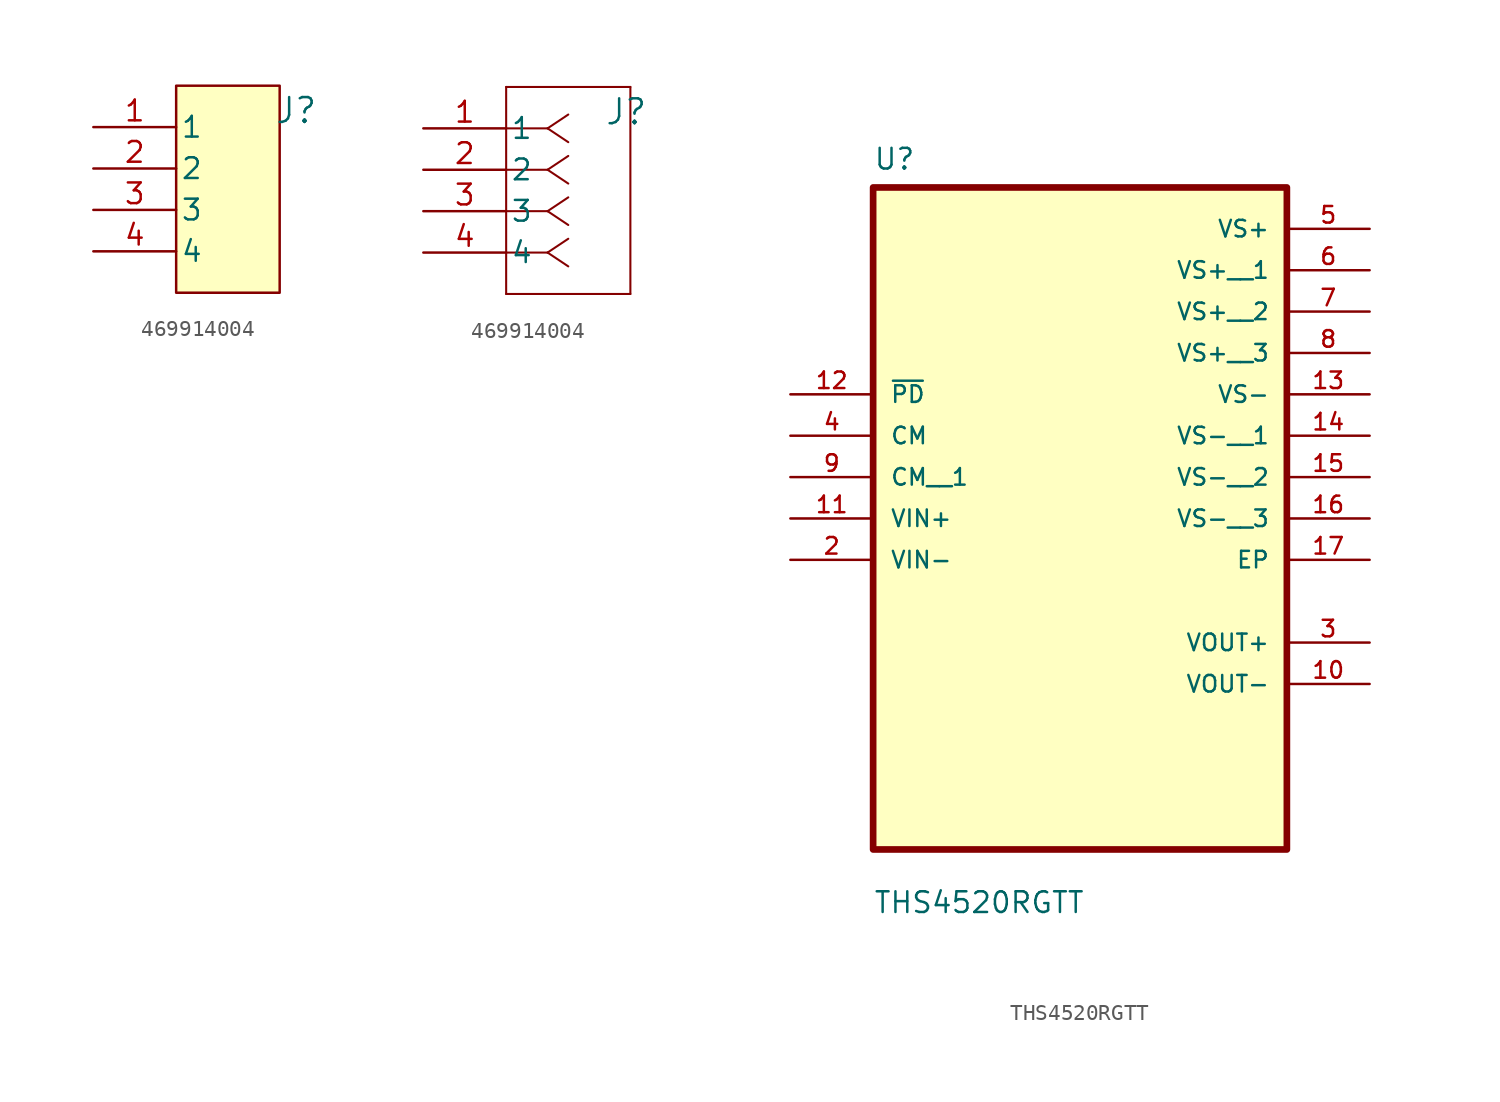
<source format=kicad_sym>
(kicad_symbol_lib
  (version 20241209)
  (generator "kicad_symbol_editor")
  (generator_version "9.0")
  (symbol "469914004"
    (pin_names
      (offset 0.254))
    (property "Reference" "J"
      (at 12.446 1.016 0)
      (effects (font (size 1.524 1.524))))
    (property "ki_locked" ""
      (at 0 0 0)
      (effects (font (size 1.27 1.27))))
    (symbol "469914004_1_1"
      (rectangle (start 5.08 2.54) (end 11.43 -10.16) (stroke (width 0) (type solid)) (fill (type background)))
      (pin unspecified line (at 0 0 0) (length 5.08) (name "1" (effects (font (size 1.27 1.27)))) (number "1" (effects (font (size 1.27 1.27)))))
      (pin unspecified line (at 0 -2.54 0) (length 5.08) (name "2" (effects (font (size 1.27 1.27)))) (number "2" (effects (font (size 1.27 1.27)))))
      (pin unspecified line (at 0 -5.08 0) (length 5.08) (name "3" (effects (font (size 1.27 1.27)))) (number "3" (effects (font (size 1.27 1.27)))))
      (pin unspecified line (at 0 -7.62 0) (length 5.08) (name "4" (effects (font (size 1.27 1.27)))) (number "4" (effects (font (size 1.27 1.27))))))
    (symbol "469914004_1_2"
      (polyline (pts (xy 5.08 2.54) (xy 5.08 -10.16)) (stroke (width 0.127) (type default)) (fill (type none)))
      (polyline (pts (xy 5.08 -10.16) (xy 12.7 -10.16)) (stroke (width 0.127) (type default)) (fill (type none)))
      (polyline (pts (xy 7.62 0) (xy 5.08 0)) (stroke (width 0.127) (type default)) (fill (type none)))
      (polyline (pts (xy 7.62 0) (xy 8.89 0.847)) (stroke (width 0.127) (type default)) (fill (type none)))
      (polyline (pts (xy 7.62 0) (xy 8.89 -0.847)) (stroke (width 0.127) (type default)) (fill (type none)))
      (polyline (pts (xy 7.62 -2.54) (xy 5.08 -2.54)) (stroke (width 0.127) (type default)) (fill (type none)))
      (polyline (pts (xy 7.62 -2.54) (xy 8.89 -1.693)) (stroke (width 0.127) (type default)) (fill (type none)))
      (polyline (pts (xy 7.62 -2.54) (xy 8.89 -3.387)) (stroke (width 0.127) (type default)) (fill (type none)))
      (polyline (pts (xy 7.62 -5.08) (xy 5.08 -5.08)) (stroke (width 0.127) (type default)) (fill (type none)))
      (polyline (pts (xy 7.62 -5.08) (xy 8.89 -4.233)) (stroke (width 0.127) (type default)) (fill (type none)))
      (polyline (pts (xy 7.62 -5.08) (xy 8.89 -5.927)) (stroke (width 0.127) (type default)) (fill (type none)))
      (polyline (pts (xy 7.62 -7.62) (xy 5.08 -7.62)) (stroke (width 0.127) (type default)) (fill (type none)))
      (polyline (pts (xy 7.62 -7.62) (xy 8.89 -6.773)) (stroke (width 0.127) (type default)) (fill (type none)))
      (polyline (pts (xy 7.62 -7.62) (xy 8.89 -8.467)) (stroke (width 0.127) (type default)) (fill (type none)))
      (polyline (pts (xy 12.7 2.54) (xy 5.08 2.54)) (stroke (width 0.127) (type default)) (fill (type none)))
      (polyline (pts (xy 12.7 -10.16) (xy 12.7 2.54)) (stroke (width 0.127) (type default)) (fill (type none)))
      (pin unspecified line (at 0 0 0) (length 5.08) (name "1" (effects (font (size 1.27 1.27)))) (number "1" (effects (font (size 1.27 1.27)))))
      (pin unspecified line (at 0 -2.54 0) (length 5.08) (name "2" (effects (font (size 1.27 1.27)))) (number "2" (effects (font (size 1.27 1.27)))))
      (pin unspecified line (at 0 -5.08 0) (length 5.08) (name "3" (effects (font (size 1.27 1.27)))) (number "3" (effects (font (size 1.27 1.27)))))
      (pin unspecified line (at 0 -7.62 0) (length 5.08) (name "4" (effects (font (size 1.27 1.27)))) (number "4" (effects (font (size 1.27 1.27)))))))
  (symbol "THS4520RGTT"
    (pin_names
      (offset 1.016))
    (property "Reference" "U"
      (at -12.7 13.7 0)
      (effects (font (size 1.27 1.27)) (justify left bottom)))
    (property "Value" "THS4520RGTT"
      (at -12.7 -31.94 0)
      (effects (font (size 1.27 1.27)) (justify left bottom)))
    (symbol "THS4520RGTT_0_0"
      (rectangle (start -12.7 -27.94) (end 12.7 12.7) (stroke (width 0.41) (type default)) (fill (type background)))
      (pin input line (at -17.78 0 0) (length 5.08) (name "~{PD}" (effects (font (size 1.016 1.016)))) (number "12" (effects (font (size 1.016 1.016)))))
      (pin input line (at -17.78 -2.54 0) (length 5.08) (name "CM" (effects (font (size 1.016 1.016)))) (number "4" (effects (font (size 1.016 1.016)))))
      (pin input line (at -17.78 -5.08 0) (length 5.08) (name "CM__1" (effects (font (size 1.016 1.016)))) (number "9" (effects (font (size 1.016 1.016)))))
      (pin input line (at -17.78 -7.62 0) (length 5.08) (name "VIN+" (effects (font (size 1.016 1.016)))) (number "11" (effects (font (size 1.016 1.016)))))
      (pin input line (at -17.78 -10.16 0) (length 5.08) (name "VIN-" (effects (font (size 1.016 1.016)))) (number "2" (effects (font (size 1.016 1.016)))))
      (pin power_in line (at 17.78 10.16 180) (length 5.08) (name "VS+" (effects (font (size 1.016 1.016)))) (number "5" (effects (font (size 1.016 1.016)))))
      (pin power_in line (at 17.78 7.62 180) (length 5.08) (name "VS+__1" (effects (font (size 1.016 1.016)))) (number "6" (effects (font (size 1.016 1.016)))))
      (pin power_in line (at 17.78 5.08 180) (length 5.08) (name "VS+__2" (effects (font (size 1.016 1.016)))) (number "7" (effects (font (size 1.016 1.016)))))
      (pin power_in line (at 17.78 2.54 180) (length 5.08) (name "VS+__3" (effects (font (size 1.016 1.016)))) (number "8" (effects (font (size 1.016 1.016)))))
      (pin power_in line (at 17.78 0 180) (length 5.08) (name "VS-" (effects (font (size 1.016 1.016)))) (number "13" (effects (font (size 1.016 1.016)))))
      (pin power_in line (at 17.78 -2.54 180) (length 5.08) (name "VS-__1" (effects (font (size 1.016 1.016)))) (number "14" (effects (font (size 1.016 1.016)))))
      (pin power_in line (at 17.78 -5.08 180) (length 5.08) (name "VS-__2" (effects (font (size 1.016 1.016)))) (number "15" (effects (font (size 1.016 1.016)))))
      (pin power_in line (at 17.78 -7.62 180) (length 5.08) (name "VS-__3" (effects (font (size 1.016 1.016)))) (number "16" (effects (font (size 1.016 1.016)))))
      (pin power_in line (at 17.78 -10.16 180) (length 5.08) (name "EP" (effects (font (size 1.016 1.016)))) (number "17" (effects (font (size 1.016 1.016)))))
      (pin output line (at 17.78 -15.24 180) (length 5.08) (name "VOUT+" (effects (font (size 1.016 1.016)))) (number "3" (effects (font (size 1.016 1.016)))))
      (pin output line (at 17.78 -17.78 180) (length 5.08) (name "VOUT-" (effects (font (size 1.016 1.016)))) (number "10" (effects (font (size 1.016 1.016))))))))
</source>
